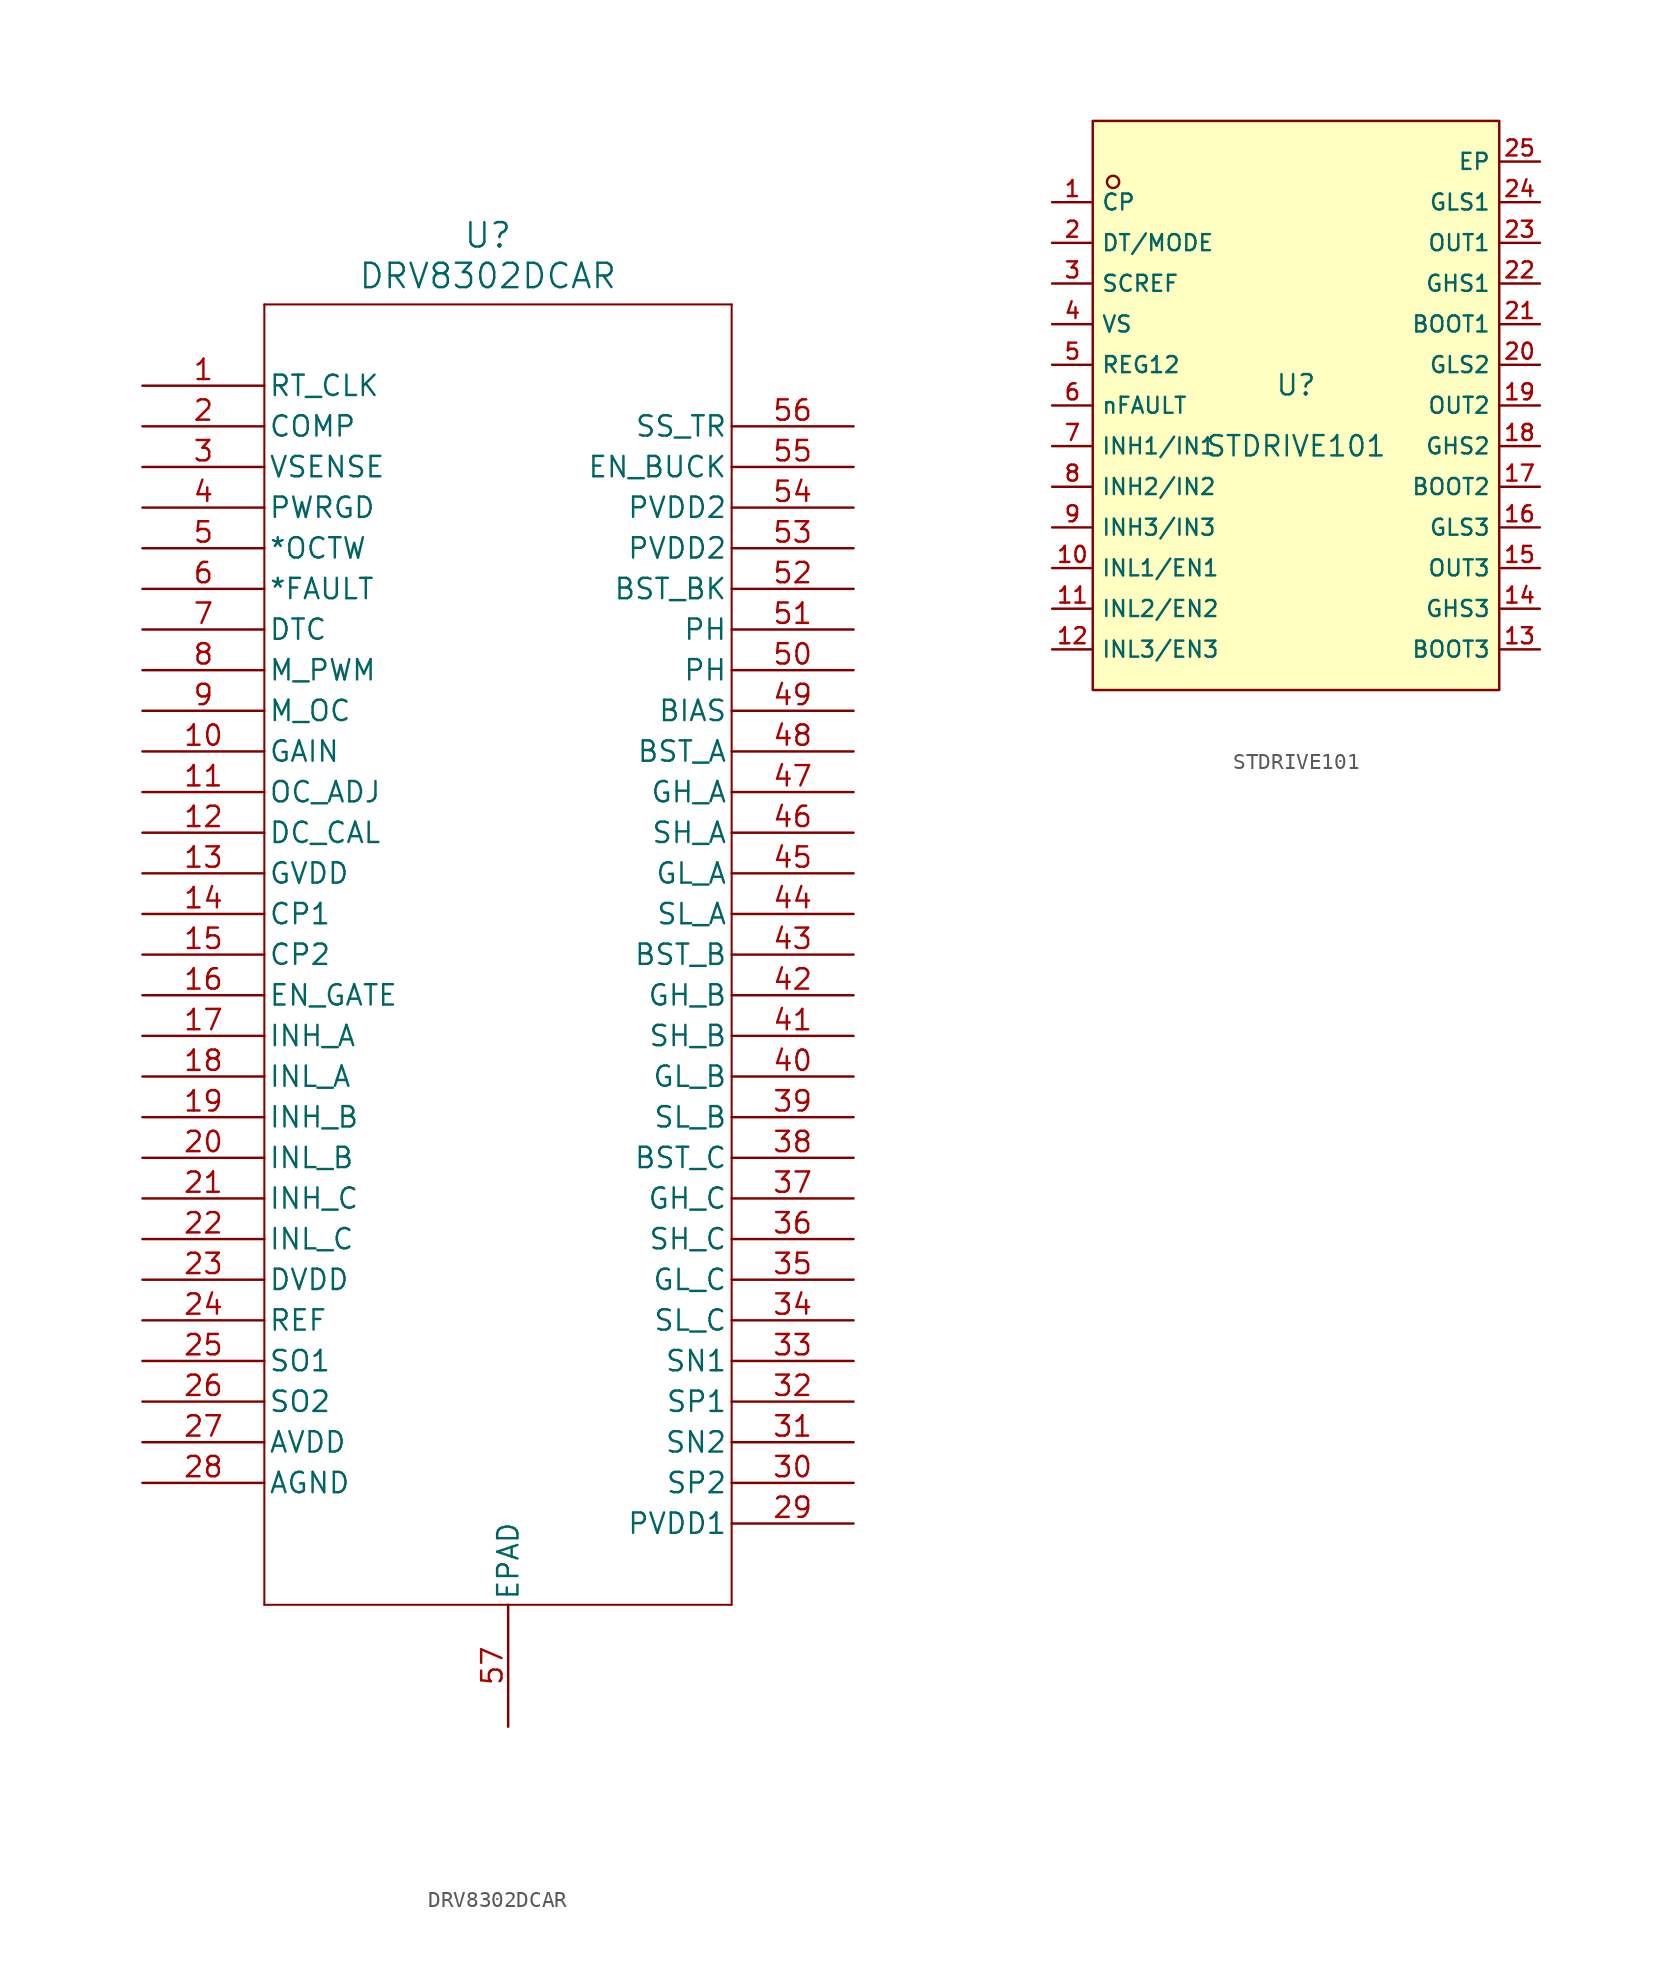
<source format=kicad_sym>
(kicad_symbol_lib
  (version 20231120)
  (generator "kicad_symbol_editor")
  (generator_version "8.0")
  (symbol "DRV8302DCAR"
    (pin_names
      (offset 0.254))
    (property "Reference" "U"
      (at -1.27 42.418 0)
      (effects (font (size 1.524 1.524))))
    (property "Value" "DRV8302DCAR"
      (at -1.27 39.878 0)
      (effects (font (size 1.524 1.524))))
    (property "ki_locked" ""
      (at 0 0 0)
      (effects (font (size 1.27 1.27))))
    (symbol "DRV8302DCAR_0_1"
      (polyline (pts (xy -15.24 -43.18) (xy 13.97 -43.18)) (stroke (width 0.127) (type default)) (fill (type none)))
      (polyline (pts (xy -15.24 38.1) (xy -15.24 -43.18)) (stroke (width 0.127) (type default)) (fill (type none)))
      (polyline (pts (xy 13.97 -43.18) (xy 13.97 38.1)) (stroke (width 0.127) (type default)) (fill (type none)))
      (polyline (pts (xy 13.97 38.1) (xy -15.24 38.1)) (stroke (width 0.127) (type default)) (fill (type none)))
      (pin input line (at -22.86 33.02 0) (length 7.62) (name "RT_CLK" (effects (font (size 1.27 1.27)))) (number "1" (effects (font (size 1.27 1.27)))))
      (pin output line (at -22.86 10.16 0) (length 7.62) (name "GAIN" (effects (font (size 1.27 1.27)))) (number "10" (effects (font (size 1.27 1.27)))))
      (pin input line (at -22.86 7.62 0) (length 7.62) (name "OC_ADJ" (effects (font (size 1.27 1.27)))) (number "11" (effects (font (size 1.27 1.27)))))
      (pin input line (at -22.86 5.08 0) (length 7.62) (name "DC_CAL" (effects (font (size 1.27 1.27)))) (number "12" (effects (font (size 1.27 1.27)))))
      (pin power_in line (at -22.86 2.54 0) (length 7.62) (name "GVDD" (effects (font (size 1.27 1.27)))) (number "13" (effects (font (size 1.27 1.27)))))
      (pin power_in line (at -22.86 0 0) (length 7.62) (name "CP1" (effects (font (size 1.27 1.27)))) (number "14" (effects (font (size 1.27 1.27)))))
      (pin power_in line (at -22.86 -2.54 0) (length 7.62) (name "CP2" (effects (font (size 1.27 1.27)))) (number "15" (effects (font (size 1.27 1.27)))))
      (pin input line (at -22.86 -5.08 0) (length 7.62) (name "EN_GATE" (effects (font (size 1.27 1.27)))) (number "16" (effects (font (size 1.27 1.27)))))
      (pin input line (at -22.86 -7.62 0) (length 7.62) (name "INH_A" (effects (font (size 1.27 1.27)))) (number "17" (effects (font (size 1.27 1.27)))))
      (pin input line (at -22.86 -10.16 0) (length 7.62) (name "INL_A" (effects (font (size 1.27 1.27)))) (number "18" (effects (font (size 1.27 1.27)))))
      (pin input line (at -22.86 -12.7 0) (length 7.62) (name "INH_B" (effects (font (size 1.27 1.27)))) (number "19" (effects (font (size 1.27 1.27)))))
      (pin output line (at -22.86 30.48 0) (length 7.62) (name "COMP" (effects (font (size 1.27 1.27)))) (number "2" (effects (font (size 1.27 1.27)))))
      (pin input line (at -22.86 -15.24 0) (length 7.62) (name "INL_B" (effects (font (size 1.27 1.27)))) (number "20" (effects (font (size 1.27 1.27)))))
      (pin input line (at -22.86 -17.78 0) (length 7.62) (name "INH_C" (effects (font (size 1.27 1.27)))) (number "21" (effects (font (size 1.27 1.27)))))
      (pin input line (at -22.86 -20.32 0) (length 7.62) (name "INL_C" (effects (font (size 1.27 1.27)))) (number "22" (effects (font (size 1.27 1.27)))))
      (pin power_in line (at -22.86 -22.86 0) (length 7.62) (name "DVDD" (effects (font (size 1.27 1.27)))) (number "23" (effects (font (size 1.27 1.27)))))
      (pin input line (at -22.86 -25.4 0) (length 7.62) (name "REF" (effects (font (size 1.27 1.27)))) (number "24" (effects (font (size 1.27 1.27)))))
      (pin output line (at -22.86 -27.94 0) (length 7.62) (name "SO1" (effects (font (size 1.27 1.27)))) (number "25" (effects (font (size 1.27 1.27)))))
      (pin output line (at -22.86 -30.48 0) (length 7.62) (name "SO2" (effects (font (size 1.27 1.27)))) (number "26" (effects (font (size 1.27 1.27)))))
      (pin power_in line (at -22.86 -33.02 0) (length 7.62) (name "AVDD" (effects (font (size 1.27 1.27)))) (number "27" (effects (font (size 1.27 1.27)))))
      (pin power_in line (at -22.86 -35.56 0) (length 7.62) (name "AGND" (effects (font (size 1.27 1.27)))) (number "28" (effects (font (size 1.27 1.27)))))
      (pin power_in line (at 21.59 -38.1 180) (length 7.62) (name "PVDD1" (effects (font (size 1.27 1.27)))) (number "29" (effects (font (size 1.27 1.27)))))
      (pin input line (at -22.86 27.94 0) (length 7.62) (name "VSENSE" (effects (font (size 1.27 1.27)))) (number "3" (effects (font (size 1.27 1.27)))))
      (pin input line (at 21.59 -35.56 180) (length 7.62) (name "SP2" (effects (font (size 1.27 1.27)))) (number "30" (effects (font (size 1.27 1.27)))))
      (pin input line (at 21.59 -33.02 180) (length 7.62) (name "SN2" (effects (font (size 1.27 1.27)))) (number "31" (effects (font (size 1.27 1.27)))))
      (pin input line (at 21.59 -30.48 180) (length 7.62) (name "SP1" (effects (font (size 1.27 1.27)))) (number "32" (effects (font (size 1.27 1.27)))))
      (pin input line (at 21.59 -27.94 180) (length 7.62) (name "SN1" (effects (font (size 1.27 1.27)))) (number "33" (effects (font (size 1.27 1.27)))))
      (pin input line (at 21.59 -25.4 180) (length 7.62) (name "SL_C" (effects (font (size 1.27 1.27)))) (number "34" (effects (font (size 1.27 1.27)))))
      (pin output line (at 21.59 -22.86 180) (length 7.62) (name "GL_C" (effects (font (size 1.27 1.27)))) (number "35" (effects (font (size 1.27 1.27)))))
      (pin input line (at 21.59 -20.32 180) (length 7.62) (name "SH_C" (effects (font (size 1.27 1.27)))) (number "36" (effects (font (size 1.27 1.27)))))
      (pin output line (at 21.59 -17.78 180) (length 7.62) (name "GH_C" (effects (font (size 1.27 1.27)))) (number "37" (effects (font (size 1.27 1.27)))))
      (pin power_in line (at 21.59 -15.24 180) (length 7.62) (name "BST_C" (effects (font (size 1.27 1.27)))) (number "38" (effects (font (size 1.27 1.27)))))
      (pin input line (at 21.59 -12.7 180) (length 7.62) (name "SL_B" (effects (font (size 1.27 1.27)))) (number "39" (effects (font (size 1.27 1.27)))))
      (pin input line (at -22.86 25.4 0) (length 7.62) (name "PWRGD" (effects (font (size 1.27 1.27)))) (number "4" (effects (font (size 1.27 1.27)))))
      (pin output line (at 21.59 -10.16 180) (length 7.62) (name "GL_B" (effects (font (size 1.27 1.27)))) (number "40" (effects (font (size 1.27 1.27)))))
      (pin input line (at 21.59 -7.62 180) (length 7.62) (name "SH_B" (effects (font (size 1.27 1.27)))) (number "41" (effects (font (size 1.27 1.27)))))
      (pin output line (at 21.59 -5.08 180) (length 7.62) (name "GH_B" (effects (font (size 1.27 1.27)))) (number "42" (effects (font (size 1.27 1.27)))))
      (pin power_in line (at 21.59 -2.54 180) (length 7.62) (name "BST_B" (effects (font (size 1.27 1.27)))) (number "43" (effects (font (size 1.27 1.27)))))
      (pin input line (at 21.59 0 180) (length 7.62) (name "SL_A" (effects (font (size 1.27 1.27)))) (number "44" (effects (font (size 1.27 1.27)))))
      (pin output line (at 21.59 2.54 180) (length 7.62) (name "GL_A" (effects (font (size 1.27 1.27)))) (number "45" (effects (font (size 1.27 1.27)))))
      (pin input line (at 21.59 5.08 180) (length 7.62) (name "SH_A" (effects (font (size 1.27 1.27)))) (number "46" (effects (font (size 1.27 1.27)))))
      (pin output line (at 21.59 7.62 180) (length 7.62) (name "GH_A" (effects (font (size 1.27 1.27)))) (number "47" (effects (font (size 1.27 1.27)))))
      (pin power_in line (at 21.59 10.16 180) (length 7.62) (name "BST_A" (effects (font (size 1.27 1.27)))) (number "48" (effects (font (size 1.27 1.27)))))
      (pin input line (at 21.59 12.7 180) (length 7.62) (name "BIAS" (effects (font (size 1.27 1.27)))) (number "49" (effects (font (size 1.27 1.27)))))
      (pin output line (at -22.86 22.86 0) (length 7.62) (name "*OCTW" (effects (font (size 1.27 1.27)))) (number "5" (effects (font (size 1.27 1.27)))))
      (pin output line (at 21.59 15.24 180) (length 7.62) (name "PH" (effects (font (size 1.27 1.27)))) (number "50" (effects (font (size 1.27 1.27)))))
      (pin output line (at 21.59 17.78 180) (length 7.62) (name "PH" (effects (font (size 1.27 1.27)))) (number "51" (effects (font (size 1.27 1.27)))))
      (pin power_in line (at 21.59 20.32 180) (length 7.62) (name "BST_BK" (effects (font (size 1.27 1.27)))) (number "52" (effects (font (size 1.27 1.27)))))
      (pin power_in line (at 21.59 22.86 180) (length 7.62) (name "PVDD2" (effects (font (size 1.27 1.27)))) (number "53" (effects (font (size 1.27 1.27)))))
      (pin power_in line (at 21.59 25.4 180) (length 7.62) (name "PVDD2" (effects (font (size 1.27 1.27)))) (number "54" (effects (font (size 1.27 1.27)))))
      (pin input line (at 21.59 27.94 180) (length 7.62) (name "EN_BUCK" (effects (font (size 1.27 1.27)))) (number "55" (effects (font (size 1.27 1.27)))))
      (pin input line (at 21.59 30.48 180) (length 7.62) (name "SS_TR" (effects (font (size 1.27 1.27)))) (number "56" (effects (font (size 1.27 1.27)))))
      (pin unspecified line (at 0 -50.8 90) (length 7.62) (name "EPAD" (effects (font (size 1.27 1.27)))) (number "57" (effects (font (size 1.27 1.27)))))
      (pin output line (at -22.86 20.32 0) (length 7.62) (name "*FAULT" (effects (font (size 1.27 1.27)))) (number "6" (effects (font (size 1.27 1.27)))))
      (pin input line (at -22.86 17.78 0) (length 7.62) (name "DTC" (effects (font (size 1.27 1.27)))) (number "7" (effects (font (size 1.27 1.27)))))
      (pin input line (at -22.86 15.24 0) (length 7.62) (name "M_PWM" (effects (font (size 1.27 1.27)))) (number "8" (effects (font (size 1.27 1.27)))))
      (pin input line (at -22.86 12.7 0) (length 7.62) (name "M_OC" (effects (font (size 1.27 1.27)))) (number "9" (effects (font (size 1.27 1.27)))))))
  (symbol "STDRIVE101"
    (property "Reference" "U"
      (at 0 1.27 0)
      (effects (font (size 1.27 1.27))))
    (property "Value" "STDRIVE101"
      (at 0 -2.54 0)
      (effects (font (size 1.27 1.27))))
    (symbol "STDRIVE101_0_1"
      (rectangle (start -12.7 17.78) (end 12.7 -17.78) (stroke (width 0) (type default)) (fill (type background)))
      (circle (center -11.43 13.97) (radius 0.381) (stroke (width 0) (type default)) (fill (type background)))
      (pin unspecified line (at -15.24 12.7 0) (length 2.54) (name "CP" (effects (font (size 1 1)))) (number "1" (effects (font (size 1 1)))))
      (pin unspecified line (at -15.24 -10.16 0) (length 2.54) (name "INL1/EN1" (effects (font (size 1 1)))) (number "10" (effects (font (size 1 1)))))
      (pin unspecified line (at -15.24 -12.7 0) (length 2.54) (name "INL2/EN2" (effects (font (size 1 1)))) (number "11" (effects (font (size 1 1)))))
      (pin unspecified line (at -15.24 -15.24 0) (length 2.54) (name "INL3/EN3" (effects (font (size 1 1)))) (number "12" (effects (font (size 1 1)))))
      (pin unspecified line (at 15.24 -15.24 180) (length 2.54) (name "BOOT3" (effects (font (size 1 1)))) (number "13" (effects (font (size 1 1)))))
      (pin unspecified line (at 15.24 -12.7 180) (length 2.54) (name "GHS3" (effects (font (size 1 1)))) (number "14" (effects (font (size 1 1)))))
      (pin unspecified line (at 15.24 -10.16 180) (length 2.54) (name "OUT3" (effects (font (size 1 1)))) (number "15" (effects (font (size 1 1)))))
      (pin unspecified line (at 15.24 -7.62 180) (length 2.54) (name "GLS3" (effects (font (size 1 1)))) (number "16" (effects (font (size 1 1)))))
      (pin unspecified line (at 15.24 -5.08 180) (length 2.54) (name "BOOT2" (effects (font (size 1 1)))) (number "17" (effects (font (size 1 1)))))
      (pin unspecified line (at 15.24 -2.54 180) (length 2.54) (name "GHS2" (effects (font (size 1 1)))) (number "18" (effects (font (size 1 1)))))
      (pin unspecified line (at 15.24 0 180) (length 2.54) (name "OUT2" (effects (font (size 1 1)))) (number "19" (effects (font (size 1 1)))))
      (pin unspecified line (at -15.24 10.16 0) (length 2.54) (name "DT/MODE" (effects (font (size 1 1)))) (number "2" (effects (font (size 1 1)))))
      (pin unspecified line (at 15.24 2.54 180) (length 2.54) (name "GLS2" (effects (font (size 1 1)))) (number "20" (effects (font (size 1 1)))))
      (pin unspecified line (at 15.24 5.08 180) (length 2.54) (name "BOOT1" (effects (font (size 1 1)))) (number "21" (effects (font (size 1 1)))))
      (pin unspecified line (at 15.24 7.62 180) (length 2.54) (name "GHS1" (effects (font (size 1 1)))) (number "22" (effects (font (size 1 1)))))
      (pin unspecified line (at 15.24 10.16 180) (length 2.54) (name "OUT1" (effects (font (size 1 1)))) (number "23" (effects (font (size 1 1)))))
      (pin unspecified line (at 15.24 12.7 180) (length 2.54) (name "GLS1" (effects (font (size 1 1)))) (number "24" (effects (font (size 1 1)))))
      (pin unspecified line (at 15.24 15.24 180) (length 2.54) (name "EP" (effects (font (size 1 1)))) (number "25" (effects (font (size 1 1)))))
      (pin unspecified line (at -15.24 7.62 0) (length 2.54) (name "SCREF" (effects (font (size 1 1)))) (number "3" (effects (font (size 1 1)))))
      (pin unspecified line (at -15.24 5.08 0) (length 2.54) (name "VS" (effects (font (size 1 1)))) (number "4" (effects (font (size 1 1)))))
      (pin unspecified line (at -15.24 2.54 0) (length 2.54) (name "REG12" (effects (font (size 1 1)))) (number "5" (effects (font (size 1 1)))))
      (pin unspecified line (at -15.24 0 0) (length 2.54) (name "nFAULT" (effects (font (size 1 1)))) (number "6" (effects (font (size 1 1)))))
      (pin unspecified line (at -15.24 -2.54 0) (length 2.54) (name "INH1/IN1" (effects (font (size 1 1)))) (number "7" (effects (font (size 1 1)))))
      (pin unspecified line (at -15.24 -5.08 0) (length 2.54) (name "INH2/IN2" (effects (font (size 1 1)))) (number "8" (effects (font (size 1 1)))))
      (pin unspecified line (at -15.24 -7.62 0) (length 2.54) (name "INH3/IN3" (effects (font (size 1 1)))) (number "9" (effects (font (size 1 1))))))))
</source>
